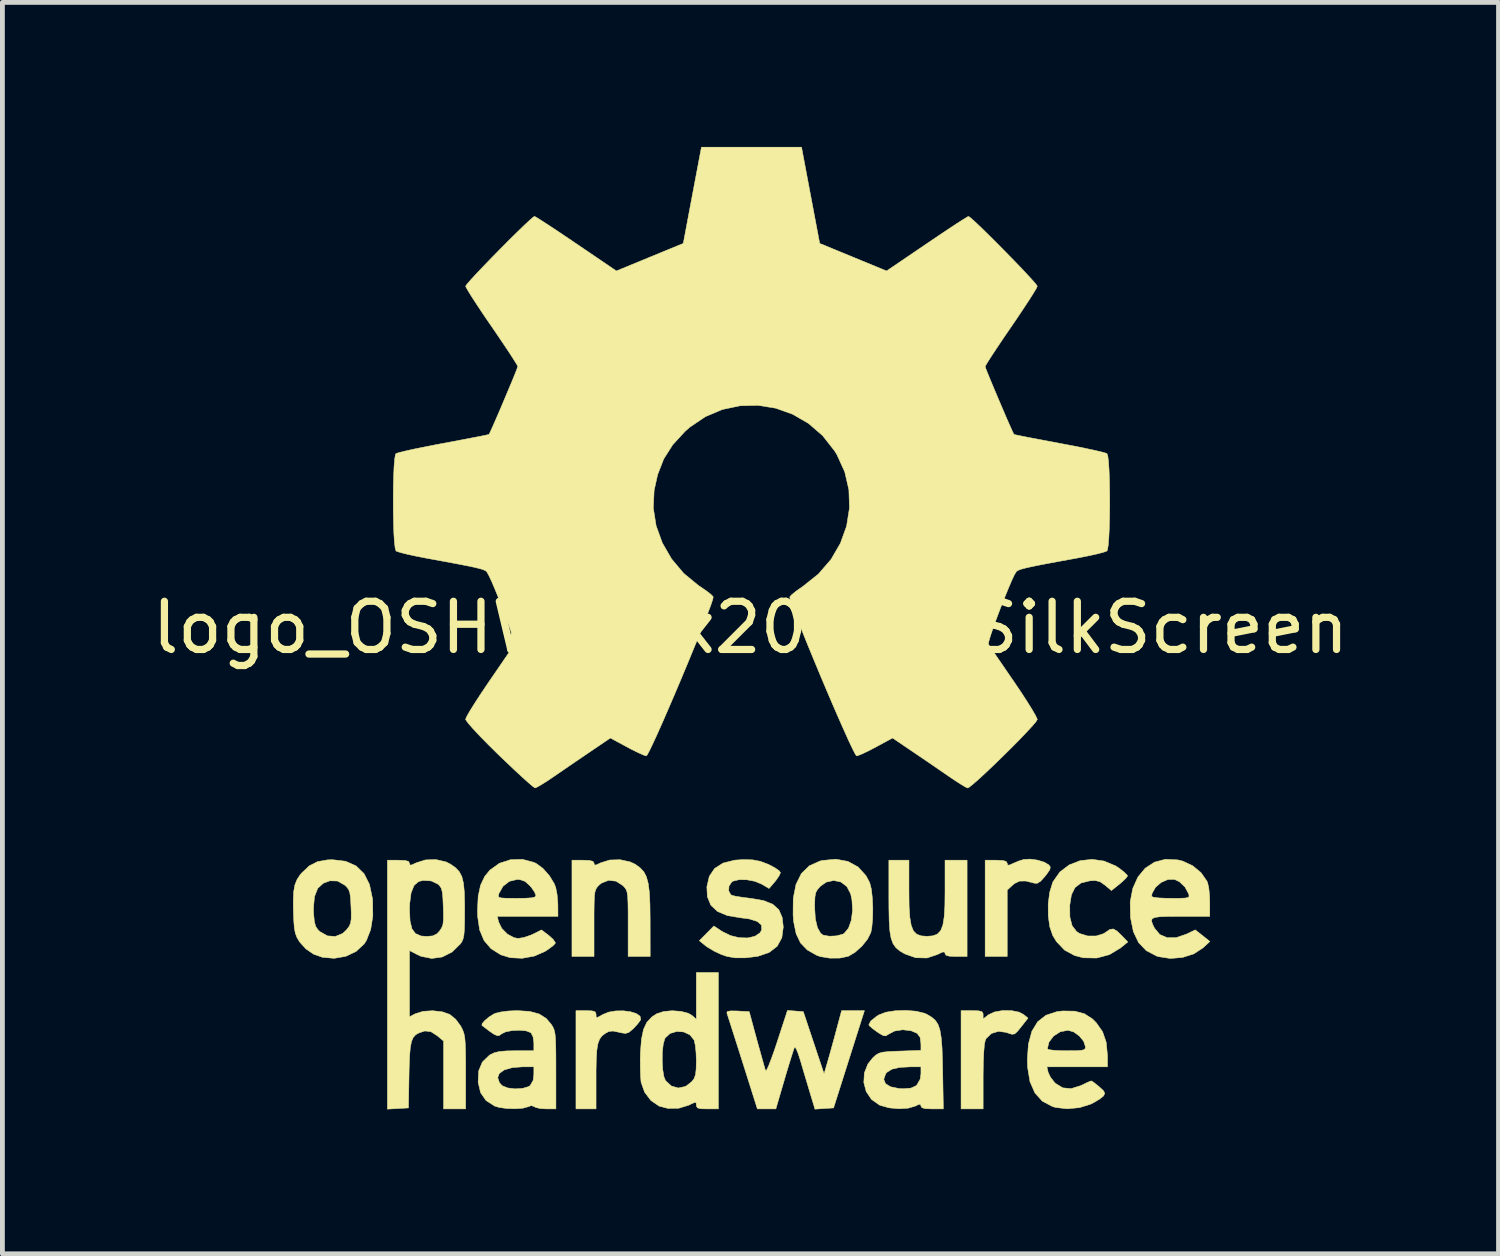
<source format=kicad_pcb>
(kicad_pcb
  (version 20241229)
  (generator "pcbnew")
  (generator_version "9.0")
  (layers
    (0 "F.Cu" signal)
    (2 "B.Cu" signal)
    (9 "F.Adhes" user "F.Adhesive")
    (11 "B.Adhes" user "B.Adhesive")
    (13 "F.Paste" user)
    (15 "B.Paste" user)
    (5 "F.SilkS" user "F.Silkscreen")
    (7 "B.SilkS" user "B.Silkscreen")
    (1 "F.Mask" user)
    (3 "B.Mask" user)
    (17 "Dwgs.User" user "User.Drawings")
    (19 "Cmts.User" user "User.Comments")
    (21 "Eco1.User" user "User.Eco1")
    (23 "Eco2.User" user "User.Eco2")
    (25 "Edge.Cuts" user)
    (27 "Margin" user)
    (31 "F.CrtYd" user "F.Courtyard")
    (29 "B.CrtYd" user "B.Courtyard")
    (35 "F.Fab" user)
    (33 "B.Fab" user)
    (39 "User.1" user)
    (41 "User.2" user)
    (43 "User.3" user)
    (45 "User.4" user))
  (footprint "logo_OSHW_19x20mm_SilkScreen"
    (layer "F.Cu")
    (at 12.53 9.978)
    (property "Reference" "logo_OSHW_19x20mm_SilkScreen" (at 0 0 0) (layer "F.SilkS") (effects (font (size 1 1) (thickness 0.15))))
    (attr exclude_from_pos_files exclude_from_bom)
    (fp_poly (pts (xy 5.959 4.828) (xy 6.102 4.872) (xy 6.194 4.927) (xy 6.224 4.971) (xy 6.216 5.023) (xy 6.162 5.104) (xy 6.117 5.162) (xy 6.024 5.266) (xy 5.953 5.31) (xy 5.893 5.307) (xy 5.716 5.262) (xy 5.585 5.264) (xy 5.479 5.315) (xy 5.444 5.345) (xy 5.33 5.451) (xy 5.33 6.829) (xy 4.872 6.829) (xy 4.872 4.83) (xy 5.101 4.83) (xy 5.238 4.836) (xy 5.309 4.855) (xy 5.33 4.893) (xy 5.33 4.894) (xy 5.34 4.933) (xy 5.383 4.928) (xy 5.444 4.9) (xy 5.57 4.847) (xy 5.672 4.815) (xy 5.803 4.807) (xy 5.959 4.828)) (stroke (width 0.01) (type solid)) (fill yes) (layer "F.SilkS"))
    (fp_poly (pts (xy 5.415 7.952) (xy 5.575 7.984) (xy 5.666 8.031) (xy 5.762 8.108) (xy 5.626 8.281) (xy 5.542 8.385) (xy 5.485 8.436) (xy 5.428 8.444) (xy 5.345 8.418) (xy 5.306 8.404) (xy 5.147 8.383) (xy 5.001 8.428) (xy 4.895 8.529) (xy 4.877 8.562) (xy 4.858 8.647) (xy 4.844 8.805) (xy 4.834 9.023) (xy 4.83 9.291) (xy 4.83 9.329) (xy 4.83 9.993) (xy 4.372 9.993) (xy 4.372 7.953) (xy 4.601 7.953) (xy 4.733 7.957) (xy 4.802 7.972) (xy 4.827 8.007) (xy 4.83 8.039) (xy 4.83 8.126) (xy 4.94 8.039) (xy 5.066 7.981) (xy 5.235 7.951) (xy 5.415 7.952)) (stroke (width 0.01) (type solid)) (fill yes) (layer "F.SilkS"))
    (fp_poly (pts (xy -3.289 7.958) (xy -3.227 7.976) (xy -3.207 8.017) (xy -3.206 8.036) (xy -3.203 8.087) (xy -3.178 8.095) (xy -3.111 8.06) (xy -3.071 8.036) (xy -2.945 7.984) (xy -2.795 7.959) (xy -2.638 7.957) (xy -2.49 7.976) (xy -2.37 8.013) (xy -2.293 8.067) (xy -2.278 8.134) (xy -2.286 8.152) (xy -2.341 8.228) (xy -2.427 8.321) (xy -2.443 8.336) (xy -2.525 8.405) (xy -2.595 8.427) (xy -2.694 8.411) (xy -2.734 8.401) (xy -2.857 8.376) (xy -2.943 8.387) (xy -3.017 8.427) (xy -3.084 8.479) (xy -3.133 8.546) (xy -3.167 8.639) (xy -3.189 8.77) (xy -3.201 8.954) (xy -3.206 9.201) (xy -3.206 9.351) (xy -3.206 9.993) (xy -3.623 9.993) (xy -3.623 7.953) (xy -3.414 7.953) (xy -3.289 7.958)) (stroke (width 0.01) (type solid)) (fill yes) (layer "F.SilkS"))
    (fp_poly (pts (xy 3.29 5.478) (xy 3.293 5.784) (xy 3.308 6.016) (xy 3.337 6.184) (xy 3.383 6.298) (xy 3.452 6.367) (xy 3.547 6.401) (xy 3.664 6.41) (xy 3.787 6.4) (xy 3.88 6.364) (xy 3.948 6.293) (xy 3.994 6.177) (xy 4.022 6.005) (xy 4.036 5.77) (xy 4.039 5.478) (xy 4.039 4.83) (xy 4.497 4.83) (xy 4.497 6.829) (xy 4.268 6.829) (xy 4.13 6.823) (xy 4.059 6.804) (xy 4.039 6.766) (xy 4.027 6.733) (xy 3.979 6.74) (xy 3.883 6.787) (xy 3.664 6.86) (xy 3.43 6.855) (xy 3.207 6.776) (xy 3.1 6.714) (xy 3.019 6.646) (xy 2.96 6.562) (xy 2.919 6.449) (xy 2.893 6.296) (xy 2.879 6.09) (xy 2.874 5.82) (xy 2.873 5.612) (xy 2.873 4.83) (xy 3.29 4.83) (xy 3.29 5.478)) (stroke (width 0.01) (type solid)) (fill yes) (layer "F.SilkS"))
    (fp_poly (pts (xy -2.497 4.865) (xy -2.393 4.914) (xy -2.293 4.986) (xy -2.216 5.068) (xy -2.161 5.173) (xy -2.123 5.312) (xy -2.099 5.498) (xy -2.087 5.742) (xy -2.083 6.057) (xy -2.083 6.09) (xy -2.082 6.829) (xy -2.54 6.829) (xy -2.54 6.147) (xy -2.54 5.895) (xy -2.543 5.712) (xy -2.549 5.585) (xy -2.561 5.499) (xy -2.58 5.442) (xy -2.609 5.399) (xy -2.65 5.356) (xy -2.792 5.265) (xy -2.947 5.248) (xy -3.094 5.306) (xy -3.146 5.349) (xy -3.183 5.389) (xy -3.21 5.433) (xy -3.229 5.492) (xy -3.24 5.582) (xy -3.245 5.716) (xy -3.248 5.907) (xy -3.248 6.14) (xy -3.248 6.829) (xy -3.706 6.829) (xy -3.706 4.83) (xy -3.477 4.83) (xy -3.339 4.836) (xy -3.268 4.855) (xy -3.248 4.893) (xy -3.248 4.894) (xy -3.238 4.931) (xy -3.196 4.926) (xy -3.113 4.886) (xy -2.923 4.826) (xy -2.706 4.82) (xy -2.497 4.865)) (stroke (width 0.01) (type solid)) (fill yes) (layer "F.SilkS"))
    (fp_poly (pts (xy 7.342 4.848) (xy 7.584 4.95) (xy 7.66 5) (xy 7.757 5.077) (xy 7.818 5.137) (xy 7.828 5.157) (xy 7.798 5.2) (xy 7.722 5.274) (xy 7.661 5.326) (xy 7.493 5.46) (xy 7.361 5.349) (xy 7.258 5.277) (xy 7.159 5.252) (xy 7.044 5.258) (xy 6.863 5.303) (xy 6.738 5.397) (xy 6.663 5.548) (xy 6.628 5.766) (xy 6.628 5.766) (xy 6.631 6.01) (xy 6.677 6.189) (xy 6.77 6.311) (xy 6.833 6.352) (xy 7 6.403) (xy 7.178 6.403) (xy 7.333 6.354) (xy 7.37 6.329) (xy 7.462 6.267) (xy 7.534 6.257) (xy 7.612 6.303) (xy 7.698 6.386) (xy 7.834 6.527) (xy 7.683 6.651) (xy 7.45 6.791) (xy 7.187 6.861) (xy 6.912 6.856) (xy 6.731 6.81) (xy 6.52 6.696) (xy 6.351 6.518) (xy 6.275 6.392) (xy 6.213 6.211) (xy 6.182 5.982) (xy 6.181 5.734) (xy 6.212 5.495) (xy 6.273 5.296) (xy 6.282 5.275) (xy 6.424 5.074) (xy 6.616 4.928) (xy 6.843 4.84) (xy 7.091 4.812) (xy 7.342 4.848)) (stroke (width 0.01) (type solid)) (fill yes) (layer "F.SilkS"))
    (fp_poly (pts (xy 2.023 4.855) (xy 2.233 4.97) (xy 2.398 5.151) (xy 2.476 5.298) (xy 2.509 5.428) (xy 2.53 5.613) (xy 2.54 5.827) (xy 2.536 6.042) (xy 2.519 6.23) (xy 2.499 6.331) (xy 2.431 6.468) (xy 2.313 6.615) (xy 2.171 6.742) (xy 2.031 6.825) (xy 2.027 6.826) (xy 1.853 6.862) (xy 1.646 6.863) (xy 1.45 6.831) (xy 1.374 6.804) (xy 1.179 6.693) (xy 1.039 6.548) (xy 0.948 6.357) (xy 0.896 6.105) (xy 0.885 5.973) (xy 0.886 5.808) (xy 1.332 5.808) (xy 1.347 6.049) (xy 1.391 6.233) (xy 1.46 6.351) (xy 1.509 6.385) (xy 1.634 6.408) (xy 1.783 6.401) (xy 1.912 6.367) (xy 1.946 6.349) (xy 2.035 6.241) (xy 2.094 6.075) (xy 2.119 5.874) (xy 2.107 5.658) (xy 2.08 5.528) (xy 2.001 5.377) (xy 1.877 5.283) (xy 1.728 5.251) (xy 1.573 5.285) (xy 1.454 5.368) (xy 1.392 5.437) (xy 1.355 5.505) (xy 1.338 5.597) (xy 1.333 5.738) (xy 1.332 5.808) (xy 0.886 5.808) (xy 0.888 5.621) (xy 0.945 5.333) (xy 1.056 5.108) (xy 1.222 4.946) (xy 1.442 4.848) (xy 1.489 4.836) (xy 1.772 4.809) (xy 2.023 4.855)) (stroke (width 0.01) (type solid)) (fill yes) (layer "F.SilkS"))
    (fp_poly (pts (xy 1.097 7.974) (xy 1.312 8.619) (xy 1.528 9.265) (xy 1.595 9.036) (xy 1.636 8.894) (xy 1.689 8.703) (xy 1.747 8.493) (xy 1.777 8.38) (xy 1.892 7.953) (xy 2.366 7.953) (xy 2.224 8.401) (xy 2.154 8.621) (xy 2.07 8.886) (xy 1.982 9.163) (xy 1.904 9.41) (xy 1.725 9.973) (xy 1.532 9.985) (xy 1.339 9.998) (xy 1.234 9.652) (xy 1.17 9.437) (xy 1.099 9.201) (xy 1.038 8.992) (xy 1.035 8.983) (xy 0.989 8.842) (xy 0.949 8.745) (xy 0.92 8.708) (xy 0.914 8.713) (xy 0.894 8.769) (xy 0.855 8.891) (xy 0.802 9.061) (xy 0.74 9.266) (xy 0.707 9.379) (xy 0.527 9.993) (xy 0.143 9.993) (xy -0.163 9.025) (xy -0.249 8.754) (xy -0.328 8.507) (xy -0.395 8.297) (xy -0.447 8.135) (xy -0.48 8.033) (xy -0.49 8.003) (xy -0.482 7.972) (xy -0.419 7.959) (xy -0.289 7.96) (xy -0.268 7.961) (xy -0.026 7.974) (xy 0.132 8.557) (xy 0.191 8.769) (xy 0.243 8.956) (xy 0.284 9.101) (xy 0.31 9.188) (xy 0.315 9.202) (xy 0.335 9.186) (xy 0.375 9.102) (xy 0.43 8.961) (xy 0.497 8.775) (xy 0.553 8.607) (xy 0.768 7.949) (xy 1.097 7.974)) (stroke (width 0.01) (type solid)) (fill yes) (layer "F.SilkS"))
    (fp_poly (pts (xy -8.405 4.852) (xy -8.188 4.948) (xy -8.022 5.109) (xy -7.909 5.334) (xy -7.848 5.625) (xy -7.844 5.67) (xy -7.84 5.99) (xy -7.885 6.271) (xy -7.974 6.498) (xy -8.022 6.571) (xy -8.19 6.726) (xy -8.403 6.826) (xy -8.642 6.867) (xy -8.885 6.846) (xy -9.07 6.781) (xy -9.23 6.671) (xy -9.36 6.527) (xy -9.362 6.524) (xy -9.415 6.435) (xy -9.449 6.346) (xy -9.47 6.233) (xy -9.482 6.074) (xy -9.487 5.944) (xy -9.49 5.826) (xy -9.073 5.826) (xy -9.069 5.943) (xy -9.054 6.1) (xy -9.028 6.201) (xy -8.981 6.272) (xy -8.937 6.314) (xy -8.781 6.401) (xy -8.618 6.413) (xy -8.466 6.35) (xy -8.39 6.28) (xy -8.335 6.209) (xy -8.303 6.141) (xy -8.289 6.052) (xy -8.288 5.919) (xy -8.293 5.797) (xy -8.302 5.623) (xy -8.317 5.51) (xy -8.343 5.436) (xy -8.388 5.379) (xy -8.424 5.347) (xy -8.573 5.262) (xy -8.733 5.258) (xy -8.868 5.308) (xy -8.983 5.413) (xy -9.051 5.585) (xy -9.073 5.826) (xy -9.49 5.826) (xy -9.492 5.685) (xy -9.484 5.491) (xy -9.459 5.345) (xy -9.413 5.23) (xy -9.345 5.128) (xy -9.319 5.098) (xy -9.159 4.947) (xy -8.988 4.86) (xy -8.778 4.823) (xy -8.676 4.82) (xy -8.405 4.852)) (stroke (width 0.01) (type solid)) (fill yes) (layer "F.SilkS"))
    (fp_poly (pts (xy -0.666 9.993) (xy -0.895 9.993) (xy -1.028 9.99) (xy -1.097 9.973) (xy -1.122 9.938) (xy -1.124 9.915) (xy -1.128 9.867) (xy -1.155 9.858) (xy -1.225 9.887) (xy -1.279 9.915) (xy -1.487 9.979) (xy -1.713 9.983) (xy -1.897 9.935) (xy -2.068 9.818) (xy -2.198 9.646) (xy -2.27 9.443) (xy -2.272 9.431) (xy -2.282 9.307) (xy -2.287 9.129) (xy -2.287 8.994) (xy -1.832 8.994) (xy -1.822 9.173) (xy -1.798 9.321) (xy -1.765 9.404) (xy -1.642 9.518) (xy -1.497 9.559) (xy -1.346 9.526) (xy -1.218 9.427) (xy -1.169 9.361) (xy -1.141 9.282) (xy -1.128 9.167) (xy -1.124 8.994) (xy -1.13 8.822) (xy -1.146 8.672) (xy -1.168 8.571) (xy -1.171 8.562) (xy -1.26 8.454) (xy -1.389 8.395) (xy -1.534 8.386) (xy -1.669 8.427) (xy -1.769 8.519) (xy -1.779 8.537) (xy -1.811 8.65) (xy -1.829 8.811) (xy -1.832 8.994) (xy -2.287 8.994) (xy -2.287 8.926) (xy -2.284 8.817) (xy -2.263 8.547) (xy -2.221 8.344) (xy -2.151 8.194) (xy -2.046 8.083) (xy -1.945 8.017) (xy -1.803 7.971) (xy -1.626 7.955) (xy -1.445 7.968) (xy -1.291 8.008) (xy -1.209 8.056) (xy -1.124 8.133) (xy -1.124 7.162) (xy -0.666 7.162) (xy -0.666 9.993)) (stroke (width 0.01) (type solid)) (fill yes) (layer "F.SilkS"))
    (fp_poly (pts (xy 8.868 4.823) (xy 8.974 4.849) (xy 9.179 4.944) (xy 9.354 5.089) (xy 9.475 5.262) (xy 9.491 5.301) (xy 9.514 5.403) (xy 9.53 5.555) (xy 9.535 5.707) (xy 9.535 5.996) (xy 8.932 5.996) (xy 8.683 5.997) (xy 8.507 6.003) (xy 8.396 6.018) (xy 8.338 6.046) (xy 8.326 6.092) (xy 8.348 6.16) (xy 8.387 6.24) (xy 8.498 6.373) (xy 8.651 6.439) (xy 8.838 6.437) (xy 9.05 6.365) (xy 9.234 6.276) (xy 9.386 6.396) (xy 9.538 6.517) (xy 9.395 6.649) (xy 9.204 6.774) (xy 8.969 6.849) (xy 8.716 6.87) (xy 8.471 6.832) (xy 8.432 6.82) (xy 8.217 6.707) (xy 8.057 6.54) (xy 7.949 6.313) (xy 7.889 6.02) (xy 7.889 6.014) (xy 7.883 5.695) (xy 7.905 5.582) (xy 8.328 5.582) (xy 8.367 5.599) (xy 8.472 5.613) (xy 8.628 5.62) (xy 8.726 5.621) (xy 8.91 5.621) (xy 9.025 5.616) (xy 9.085 5.604) (xy 9.106 5.581) (xy 9.101 5.542) (xy 9.096 5.528) (xy 9.022 5.389) (xy 8.905 5.277) (xy 8.801 5.228) (xy 8.664 5.231) (xy 8.525 5.292) (xy 8.408 5.394) (xy 8.338 5.517) (xy 8.328 5.582) (xy 7.905 5.582) (xy 7.937 5.415) (xy 8.043 5.18) (xy 8.195 4.996) (xy 8.387 4.871) (xy 8.614 4.811) (xy 8.868 4.823)) (stroke (width 0.01) (type solid)) (fill yes) (layer "F.SilkS"))
    (fp_poly (pts (xy 0.046 4.823) (xy 0.204 4.853) (xy 0.368 4.915) (xy 0.385 4.923) (xy 0.509 4.989) (xy 0.595 5.049) (xy 0.623 5.088) (xy 0.596 5.151) (xy 0.532 5.245) (xy 0.504 5.28) (xy 0.386 5.417) (xy 0.235 5.328) (xy 0.091 5.268) (xy -0.076 5.236) (xy -0.236 5.234) (xy -0.359 5.264) (xy -0.389 5.283) (xy -0.446 5.368) (xy -0.452 5.467) (xy -0.41 5.544) (xy -0.385 5.559) (xy -0.31 5.578) (xy -0.178 5.599) (xy -0.016 5.62) (xy 0.014 5.623) (xy 0.275 5.669) (xy 0.464 5.745) (xy 0.59 5.86) (xy 0.659 6.021) (xy 0.681 6.218) (xy 0.651 6.441) (xy 0.554 6.617) (xy 0.388 6.745) (xy 0.155 6.825) (xy -0.104 6.857) (xy -0.315 6.857) (xy -0.487 6.828) (xy -0.604 6.788) (xy -0.752 6.719) (xy -0.888 6.638) (xy -0.937 6.603) (xy -1.062 6.501) (xy -0.76 6.196) (xy -0.589 6.309) (xy -0.417 6.394) (xy -0.234 6.439) (xy -0.058 6.444) (xy 0.093 6.409) (xy 0.199 6.337) (xy 0.233 6.275) (xy 0.228 6.177) (xy 0.143 6.102) (xy -0.022 6.05) (xy -0.202 6.026) (xy -0.479 5.98) (xy -0.685 5.894) (xy -0.823 5.764) (xy -0.895 5.589) (xy -0.905 5.382) (xy -0.855 5.165) (xy -0.744 5.001) (xy -0.568 4.889) (xy -0.327 4.829) (xy -0.149 4.817) (xy 0.046 4.823)) (stroke (width 0.01) (type solid)) (fill yes) (layer "F.SilkS"))
    (fp_poly (pts (xy 6.731 7.964) (xy 6.93 8.016) (xy 7.097 8.123) (xy 7.177 8.202) (xy 7.31 8.391) (xy 7.385 8.61) (xy 7.411 8.879) (xy 7.412 8.9) (xy 7.412 9.119) (xy 6.154 9.119) (xy 6.18 9.234) (xy 6.229 9.337) (xy 6.314 9.445) (xy 6.331 9.463) (xy 6.484 9.556) (xy 6.657 9.572) (xy 6.857 9.51) (xy 6.891 9.494) (xy 6.995 9.443) (xy 7.065 9.415) (xy 7.077 9.412) (xy 7.12 9.438) (xy 7.2 9.501) (xy 7.241 9.535) (xy 7.327 9.614) (xy 7.355 9.666) (xy 7.335 9.714) (xy 7.325 9.728) (xy 7.255 9.785) (xy 7.139 9.855) (xy 7.058 9.896) (xy 6.829 9.967) (xy 6.575 9.991) (xy 6.334 9.963) (xy 6.267 9.943) (xy 6.058 9.832) (xy 5.904 9.66) (xy 5.802 9.426) (xy 5.753 9.129) (xy 5.748 8.973) (xy 5.763 8.747) (xy 6.163 8.747) (xy 6.201 8.764) (xy 6.305 8.777) (xy 6.456 8.785) (xy 6.558 8.786) (xy 6.742 8.785) (xy 6.858 8.779) (xy 6.922 8.765) (xy 6.949 8.74) (xy 6.954 8.703) (xy 6.918 8.591) (xy 6.828 8.48) (xy 6.71 8.395) (xy 6.592 8.361) (xy 6.431 8.392) (xy 6.292 8.481) (xy 6.196 8.609) (xy 6.163 8.747) (xy 5.763 8.747) (xy 5.771 8.644) (xy 5.842 8.381) (xy 5.962 8.184) (xy 6.134 8.049) (xy 6.358 7.975) (xy 6.479 7.96) (xy 6.731 7.964)) (stroke (width 0.01) (type solid)) (fill yes) (layer "F.SilkS"))
    (fp_poly (pts (xy -4.493 4.877) (xy -4.451 4.896) (xy -4.308 5.001) (xy -4.172 5.155) (xy -4.07 5.324) (xy -4.042 5.402) (xy -4.015 5.54) (xy -4 5.708) (xy -3.998 5.777) (xy -3.997 5.996) (xy -5.256 5.996) (xy -5.229 6.111) (xy -5.163 6.246) (xy -5.048 6.363) (xy -4.911 6.438) (xy -4.824 6.454) (xy -4.705 6.435) (xy -4.564 6.387) (xy -4.516 6.366) (xy -4.339 6.277) (xy -4.187 6.392) (xy -4.1 6.47) (xy -4.054 6.535) (xy -4.051 6.554) (xy -4.093 6.6) (xy -4.184 6.669) (xy -4.266 6.724) (xy -4.489 6.821) (xy -4.739 6.866) (xy -4.987 6.854) (xy -5.184 6.794) (xy -5.388 6.665) (xy -5.532 6.496) (xy -5.623 6.276) (xy -5.664 5.998) (xy -5.667 5.871) (xy -5.653 5.579) (xy -5.651 5.571) (xy -5.234 5.571) (xy -5.223 5.598) (xy -5.175 5.613) (xy -5.078 5.62) (xy -4.916 5.621) (xy -4.854 5.621) (xy -4.664 5.619) (xy -4.544 5.611) (xy -4.479 5.595) (xy -4.456 5.568) (xy -4.455 5.56) (xy -4.482 5.492) (xy -4.547 5.397) (xy -4.575 5.364) (xy -4.679 5.27) (xy -4.788 5.233) (xy -4.847 5.23) (xy -5.005 5.268) (xy -5.138 5.372) (xy -5.223 5.523) (xy -5.224 5.528) (xy -5.234 5.571) (xy -5.651 5.571) (xy -5.604 5.35) (xy -5.517 5.166) (xy -5.41 5.036) (xy -5.213 4.894) (xy -4.981 4.819) (xy -4.734 4.812) (xy -4.493 4.877)) (stroke (width 0.01) (type solid)) (fill yes) (layer "F.SilkS"))
    (fp_poly (pts (xy 3.439 7.965) (xy 3.614 8.008) (xy 3.665 8.031) (xy 3.763 8.09) (xy 3.839 8.156) (xy 3.895 8.242) (xy 3.934 8.358) (xy 3.96 8.517) (xy 3.977 8.729) (xy 3.986 9.007) (xy 3.99 9.192) (xy 4.004 9.993) (xy 3.772 9.993) (xy 3.631 9.988) (xy 3.558 9.967) (xy 3.539 9.933) (xy 3.529 9.897) (xy 3.485 9.904) (xy 3.425 9.933) (xy 3.274 9.978) (xy 3.08 9.99) (xy 2.876 9.971) (xy 2.694 9.92) (xy 2.678 9.913) (xy 2.512 9.796) (xy 2.403 9.634) (xy 2.353 9.445) (xy 2.357 9.378) (xy 2.767 9.378) (xy 2.803 9.469) (xy 2.91 9.534) (xy 3.083 9.57) (xy 3.175 9.574) (xy 3.329 9.562) (xy 3.431 9.516) (xy 3.456 9.494) (xy 3.524 9.374) (xy 3.539 9.265) (xy 3.539 9.119) (xy 3.336 9.119) (xy 3.1 9.131) (xy 2.935 9.169) (xy 2.83 9.235) (xy 2.807 9.265) (xy 2.767 9.378) (xy 2.357 9.378) (xy 2.364 9.247) (xy 2.439 9.058) (xy 2.542 8.93) (xy 2.604 8.874) (xy 2.665 8.838) (xy 2.744 8.816) (xy 2.861 8.803) (xy 3.036 8.795) (xy 3.105 8.793) (xy 3.539 8.778) (xy 3.539 8.647) (xy 3.522 8.509) (xy 3.461 8.425) (xy 3.338 8.372) (xy 3.335 8.371) (xy 3.161 8.35) (xy 2.99 8.377) (xy 2.863 8.444) (xy 2.812 8.477) (xy 2.758 8.472) (xy 2.673 8.424) (xy 2.624 8.391) (xy 2.527 8.319) (xy 2.467 8.265) (xy 2.457 8.249) (xy 2.497 8.169) (xy 2.614 8.074) (xy 2.665 8.042) (xy 2.811 7.986) (xy 3.008 7.955) (xy 3.227 7.948) (xy 3.439 7.965)) (stroke (width 0.01) (type solid)) (fill yes) (layer "F.SilkS"))
    (fp_poly (pts (xy -4.584 7.969) (xy -4.388 8.022) (xy -4.239 8.116) (xy -4.134 8.24) (xy -4.101 8.293) (xy -4.077 8.349) (xy -4.06 8.42) (xy -4.049 8.519) (xy -4.043 8.66) (xy -4.04 8.855) (xy -4.039 9.118) (xy -4.039 9.188) (xy -4.039 9.993) (xy -4.239 9.993) (xy -4.366 9.985) (xy -4.461 9.962) (xy -4.484 9.948) (xy -4.549 9.924) (xy -4.615 9.948) (xy -4.723 9.978) (xy -4.881 9.99) (xy -5.056 9.985) (xy -5.216 9.963) (xy -5.309 9.935) (xy -5.49 9.819) (xy -5.602 9.658) (xy -5.653 9.444) (xy -5.654 9.438) (xy -5.649 9.344) (xy -5.247 9.344) (xy -5.211 9.451) (xy -5.154 9.512) (xy -5.039 9.558) (xy -4.887 9.577) (xy -4.732 9.567) (xy -4.608 9.531) (xy -4.573 9.508) (xy -4.512 9.401) (xy -4.497 9.279) (xy -4.497 9.119) (xy -4.727 9.119) (xy -4.946 9.136) (xy -5.112 9.184) (xy -5.215 9.258) (xy -5.247 9.344) (xy -5.649 9.344) (xy -5.643 9.205) (xy -5.566 9.02) (xy -5.421 8.88) (xy -5.401 8.867) (xy -5.315 8.826) (xy -5.208 8.801) (xy -5.059 8.789) (xy -4.882 8.786) (xy -4.497 8.786) (xy -4.497 8.624) (xy -4.513 8.499) (xy -4.555 8.415) (xy -4.56 8.411) (xy -4.653 8.374) (xy -4.793 8.36) (xy -4.948 8.367) (xy -5.084 8.394) (xy -5.166 8.434) (xy -5.21 8.467) (xy -5.256 8.473) (xy -5.32 8.446) (xy -5.417 8.38) (xy -5.563 8.269) (xy -5.576 8.259) (xy -5.569 8.22) (xy -5.512 8.156) (xy -5.426 8.084) (xy -5.33 8.024) (xy -5.3 8.01) (xy -5.19 7.982) (xy -5.03 7.961) (xy -4.85 7.953) (xy -4.842 7.953) (xy -4.584 7.969)) (stroke (width 0.01) (type solid)) (fill yes) (layer "F.SilkS"))
    (fp_poly (pts (xy -6.321 4.865) (xy -6.233 4.909) (xy -6.125 4.984) (xy -6.046 5.067) (xy -5.992 5.17) (xy -5.958 5.309) (xy -5.94 5.497) (xy -5.934 5.749) (xy -5.934 5.858) (xy -5.935 6.095) (xy -5.939 6.265) (xy -5.949 6.383) (xy -5.966 6.463) (xy -5.992 6.523) (xy -6.019 6.563) (xy -6.193 6.735) (xy -6.398 6.839) (xy -6.618 6.87) (xy -6.84 6.825) (xy -6.91 6.793) (xy -7.079 6.705) (xy -7.079 8.08) (xy -6.956 8.017) (xy -6.794 7.967) (xy -6.595 7.955) (xy -6.396 7.978) (xy -6.246 8.03) (xy -6.122 8.13) (xy -6.016 8.272) (xy -6.008 8.287) (xy -5.974 8.356) (xy -5.949 8.425) (xy -5.932 8.509) (xy -5.922 8.622) (xy -5.916 8.778) (xy -5.913 8.99) (xy -5.913 9.23) (xy -5.913 9.993) (xy -6.371 9.993) (xy -6.371 8.585) (xy -6.499 8.477) (xy -6.632 8.391) (xy -6.758 8.375) (xy -6.885 8.416) (xy -6.952 8.455) (xy -7.003 8.512) (xy -7.038 8.597) (xy -7.062 8.722) (xy -7.077 8.901) (xy -7.086 9.144) (xy -7.089 9.306) (xy -7.1 9.973) (xy -7.318 9.985) (xy -7.537 9.998) (xy -7.537 5.863) (xy -7.079 5.863) (xy -7.067 6.094) (xy -7.028 6.254) (xy -6.954 6.353) (xy -6.84 6.403) (xy -6.725 6.412) (xy -6.594 6.401) (xy -6.508 6.357) (xy -6.453 6.298) (xy -6.411 6.235) (xy -6.385 6.165) (xy -6.374 6.066) (xy -6.374 5.918) (xy -6.378 5.795) (xy -6.386 5.608) (xy -6.399 5.486) (xy -6.421 5.408) (xy -6.457 5.356) (xy -6.49 5.326) (xy -6.629 5.26) (xy -6.795 5.25) (xy -6.889 5.272) (xy -6.983 5.353) (xy -7.046 5.509) (xy -7.076 5.741) (xy -7.079 5.863) (xy -7.537 5.863) (xy -7.537 4.83) (xy -7.308 4.83) (xy -7.17 4.836) (xy -7.099 4.855) (xy -7.079 4.893) (xy -7.079 4.894) (xy -7.069 4.931) (xy -7.027 4.926) (xy -6.943 4.886) (xy -6.748 4.824) (xy -6.529 4.817) (xy -6.321 4.865)) (stroke (width 0.01) (type solid)) (fill yes) (layer "F.SilkS"))
    (fp_poly (pts (xy 1.248 -8.974) (xy 1.437 -7.975) (xy 2.131 -7.689) (xy 2.826 -7.403) (xy 3.659 -7.969) (xy 3.893 -8.127) (xy 4.103 -8.268) (xy 4.282 -8.386) (xy 4.419 -8.473) (xy 4.503 -8.525) (xy 4.526 -8.536) (xy 4.568 -8.507) (xy 4.657 -8.428) (xy 4.783 -8.309) (xy 4.936 -8.159) (xy 5.107 -7.989) (xy 5.285 -7.809) (xy 5.46 -7.63) (xy 5.624 -7.46) (xy 5.764 -7.31) (xy 5.873 -7.191) (xy 5.939 -7.112) (xy 5.954 -7.086) (xy 5.932 -7.037) (xy 5.868 -6.931) (xy 5.77 -6.777) (xy 5.644 -6.586) (xy 5.498 -6.368) (xy 5.413 -6.244) (xy 5.258 -6.018) (xy 5.121 -5.813) (xy 5.007 -5.641) (xy 4.924 -5.511) (xy 4.879 -5.434) (xy 4.872 -5.418) (xy 4.887 -5.372) (xy 4.93 -5.265) (xy 4.993 -5.111) (xy 5.07 -4.927) (xy 5.155 -4.726) (xy 5.241 -4.525) (xy 5.321 -4.338) (xy 5.391 -4.18) (xy 5.442 -4.066) (xy 5.469 -4.012) (xy 5.47 -4.009) (xy 5.513 -3.999) (xy 5.625 -3.976) (xy 5.796 -3.942) (xy 6.014 -3.901) (xy 6.268 -3.853) (xy 6.415 -3.825) (xy 6.686 -3.774) (xy 6.93 -3.725) (xy 7.136 -3.681) (xy 7.291 -3.645) (xy 7.383 -3.619) (xy 7.401 -3.611) (xy 7.419 -3.557) (xy 7.434 -3.433) (xy 7.445 -3.256) (xy 7.453 -3.038) (xy 7.457 -2.795) (xy 7.458 -2.541) (xy 7.455 -2.29) (xy 7.449 -2.057) (xy 7.439 -1.856) (xy 7.426 -1.702) (xy 7.41 -1.609) (xy 7.4 -1.59) (xy 7.341 -1.567) (xy 7.217 -1.533) (xy 7.043 -1.494) (xy 6.837 -1.453) (xy 6.765 -1.439) (xy 6.418 -1.376) (xy 6.143 -1.325) (xy 5.933 -1.284) (xy 5.777 -1.251) (xy 5.667 -1.225) (xy 5.594 -1.203) (xy 5.549 -1.183) (xy 5.522 -1.163) (xy 5.518 -1.159) (xy 5.48 -1.097) (xy 5.423 -0.975) (xy 5.352 -0.808) (xy 5.272 -0.612) (xy 5.189 -0.402) (xy 5.11 -0.192) (xy 5.04 0.002) (xy 4.984 0.166) (xy 4.949 0.285) (xy 4.939 0.344) (xy 4.94 0.346) (xy 4.972 0.394) (xy 5.043 0.5) (xy 5.146 0.652) (xy 5.275 0.839) (xy 5.42 1.052) (xy 5.462 1.112) (xy 5.61 1.331) (xy 5.74 1.531) (xy 5.845 1.7) (xy 5.918 1.826) (xy 5.953 1.9) (xy 5.954 1.909) (xy 5.926 1.956) (xy 5.846 2.05) (xy 5.725 2.18) (xy 5.575 2.337) (xy 5.404 2.51) (xy 5.223 2.688) (xy 5.043 2.863) (xy 4.873 3.024) (xy 4.724 3.161) (xy 4.606 3.263) (xy 4.53 3.322) (xy 4.509 3.331) (xy 4.46 3.309) (xy 4.359 3.248) (xy 4.223 3.16) (xy 4.119 3.089) (xy 3.929 2.959) (xy 3.705 2.805) (xy 3.48 2.652) (xy 3.359 2.57) (xy 2.95 2.293) (xy 2.606 2.479) (xy 2.45 2.561) (xy 2.316 2.624) (xy 2.226 2.66) (xy 2.203 2.665) (xy 2.176 2.628) (xy 2.122 2.523) (xy 2.044 2.36) (xy 1.949 2.149) (xy 1.838 1.899) (xy 1.717 1.621) (xy 1.589 1.322) (xy 1.459 1.014) (xy 1.331 0.706) (xy 1.208 0.408) (xy 1.095 0.129) (xy 0.996 -0.121) (xy 0.914 -0.333) (xy 0.855 -0.496) (xy 0.821 -0.601) (xy 0.816 -0.637) (xy 0.859 -0.684) (xy 0.952 -0.759) (xy 1.077 -0.847) (xy 1.088 -0.854) (xy 1.411 -1.112) (xy 1.672 -1.414) (xy 1.867 -1.749) (xy 1.996 -2.108) (xy 2.055 -2.482) (xy 2.043 -2.859) (xy 1.957 -3.232) (xy 1.794 -3.59) (xy 1.746 -3.668) (xy 1.498 -3.984) (xy 1.204 -4.238) (xy 0.876 -4.428) (xy 0.523 -4.554) (xy 0.155 -4.613) (xy -0.217 -4.604) (xy -0.584 -4.527) (xy -0.934 -4.379) (xy -1.259 -4.16) (xy -1.359 -4.072) (xy -1.615 -3.793) (xy -1.801 -3.5) (xy -1.928 -3.172) (xy -2 -2.847) (xy -2.017 -2.481) (xy -1.959 -2.114) (xy -1.83 -1.757) (xy -1.637 -1.423) (xy -1.386 -1.125) (xy -1.082 -0.875) (xy -1.042 -0.848) (xy -0.916 -0.762) (xy -0.82 -0.687) (xy -0.774 -0.639) (xy -0.773 -0.637) (xy -0.783 -0.586) (xy -0.822 -0.468) (xy -0.887 -0.295) (xy -0.972 -0.075) (xy -1.074 0.182) (xy -1.19 0.465) (xy -1.314 0.766) (xy -1.443 1.075) (xy -1.573 1.382) (xy -1.7 1.677) (xy -1.819 1.951) (xy -1.927 2.194) (xy -2.02 2.396) (xy -2.093 2.548) (xy -2.142 2.641) (xy -2.162 2.665) (xy -2.223 2.646) (xy -2.336 2.595) (xy -2.484 2.522) (xy -2.564 2.479) (xy -2.908 2.293) (xy -3.317 2.57) (xy -3.526 2.712) (xy -3.755 2.868) (xy -3.969 3.015) (xy -4.077 3.089) (xy -4.228 3.191) (xy -4.356 3.271) (xy -4.444 3.32) (xy -4.472 3.33) (xy -4.514 3.302) (xy -4.606 3.224) (xy -4.74 3.104) (xy -4.906 2.95) (xy -5.096 2.769) (xy -5.217 2.654) (xy -5.427 2.447) (xy -5.609 2.262) (xy -5.754 2.107) (xy -5.857 1.99) (xy -5.909 1.918) (xy -5.914 1.903) (xy -5.891 1.848) (xy -5.827 1.735) (xy -5.729 1.578) (xy -5.605 1.386) (xy -5.461 1.172) (xy -5.42 1.112) (xy -5.271 0.895) (xy -5.137 0.699) (xy -5.026 0.537) (xy -4.946 0.417) (xy -4.903 0.353) (xy -4.899 0.346) (xy -4.905 0.294) (xy -4.938 0.181) (xy -4.992 0.021) (xy -5.061 -0.171) (xy -5.139 -0.38) (xy -5.221 -0.591) (xy -5.302 -0.789) (xy -5.374 -0.959) (xy -5.434 -1.086) (xy -5.474 -1.156) (xy -5.476 -1.159) (xy -5.501 -1.179) (xy -5.542 -1.199) (xy -5.609 -1.22) (xy -5.712 -1.246) (xy -5.858 -1.277) (xy -6.057 -1.316) (xy -6.319 -1.365) (xy -6.651 -1.426) (xy -6.723 -1.439) (xy -6.937 -1.481) (xy -7.123 -1.521) (xy -7.265 -1.557) (xy -7.347 -1.584) (xy -7.358 -1.59) (xy -7.376 -1.645) (xy -7.391 -1.77) (xy -7.403 -1.948) (xy -7.41 -2.166) (xy -7.415 -2.409) (xy -7.416 -2.663) (xy -7.414 -2.914) (xy -7.408 -3.147) (xy -7.399 -3.347) (xy -7.386 -3.5) (xy -7.37 -3.593) (xy -7.36 -3.611) (xy -7.305 -3.63) (xy -7.181 -3.661) (xy -7 -3.702) (xy -6.773 -3.748) (xy -6.515 -3.799) (xy -6.374 -3.825) (xy -6.106 -3.875) (xy -5.868 -3.921) (xy -5.67 -3.959) (xy -5.524 -3.988) (xy -5.442 -4.006) (xy -5.429 -4.009) (xy -5.406 -4.053) (xy -5.358 -4.159) (xy -5.291 -4.311) (xy -5.211 -4.495) (xy -5.126 -4.696) (xy -5.041 -4.898) (xy -4.962 -5.086) (xy -4.897 -5.245) (xy -4.851 -5.361) (xy -4.831 -5.418) (xy -4.83 -5.42) (xy -4.853 -5.465) (xy -4.917 -5.567) (xy -5.014 -5.718) (xy -5.14 -5.906) (xy -5.286 -6.122) (xy -5.371 -6.246) (xy -5.527 -6.473) (xy -5.664 -6.679) (xy -5.778 -6.854) (xy -5.861 -6.987) (xy -5.906 -7.068) (xy -5.913 -7.086) (xy -5.885 -7.129) (xy -5.807 -7.219) (xy -5.689 -7.347) (xy -5.542 -7.502) (xy -5.374 -7.676) (xy -5.197 -7.856) (xy -5.02 -8.035) (xy -4.852 -8.2) (xy -4.705 -8.343) (xy -4.587 -8.453) (xy -4.51 -8.52) (xy -4.484 -8.536) (xy -4.442 -8.514) (xy -4.34 -8.45) (xy -4.19 -8.353) (xy -4.001 -8.228) (xy -3.782 -8.081) (xy -3.617 -7.969) (xy -2.784 -7.403) (xy -2.09 -7.689) (xy -1.395 -7.975) (xy -1.207 -8.974) (xy -1.018 -9.973) (xy 1.06 -9.973) (xy 1.248 -8.974)) (stroke (width 0.01) (type solid)) (fill yes) (layer "F.SilkS")))
  (gr_rect
    (start -3 -3)
    (end 28.06 22.98)
    (stroke (width 0.1) (type default))
    (fill no)
    (layer "Edge.Cuts")))
</source>
